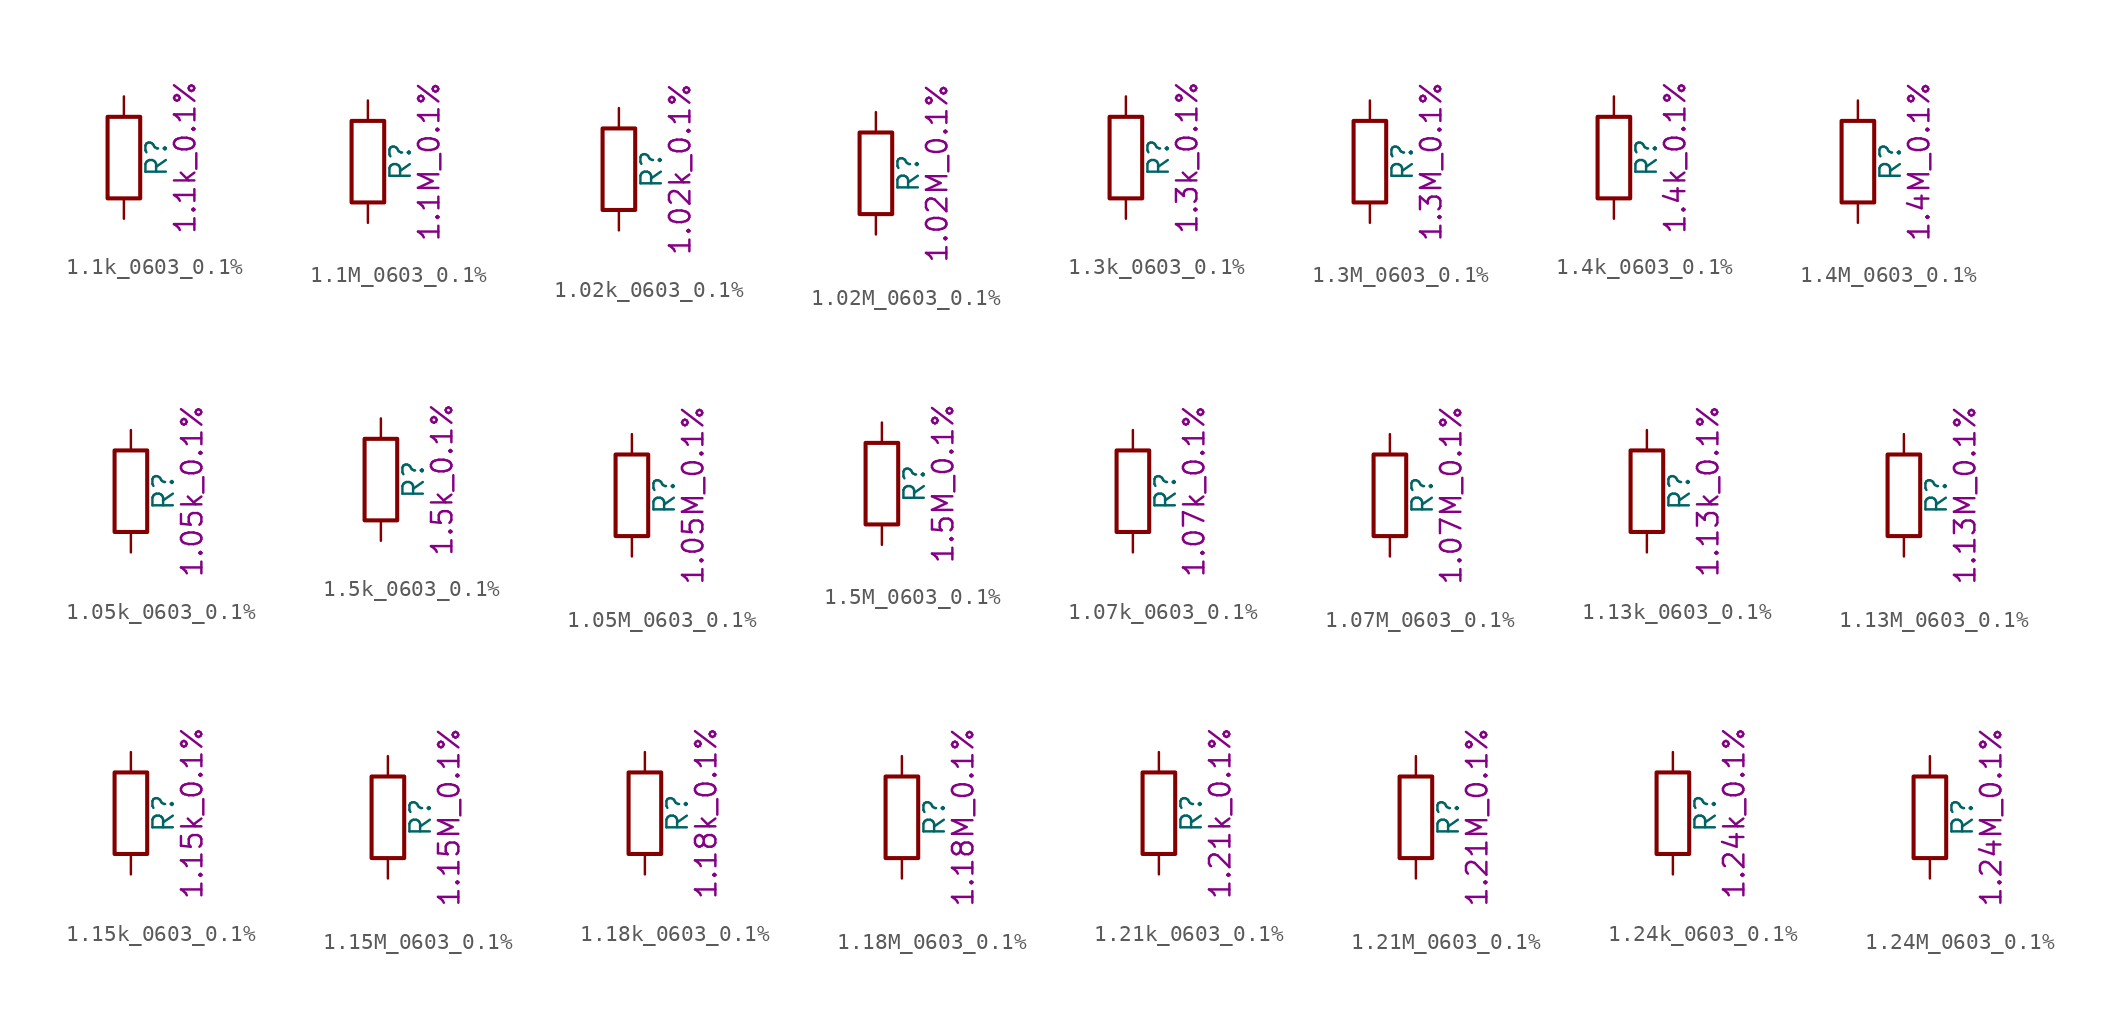
<source format=kicad_sym>
(kicad_symbol_lib
  (version 20211014)
  (generator kicad_symbol_editor)
  (symbol "1.1k_0603_0.1%"
    (pin_numbers hide)
    (pin_names
      (offset 0))
    (property "Reference" "R"
      (at 2.032 0 90)
      (effects (font (size 1.27 1.27))))
    (property "Display" "1.1k_0.1%"
      (at 3.81 0 90)
      (effects (font (size 1.27 1.27))))
    (symbol "1.1k_0603_0.1%_0_1"
      (rectangle (start -1.016 -2.54) (end 1.016 2.54) (stroke (width 0.254) (type default) (color 0 0 0 0)) (fill (type none))))
    (symbol "1.1k_0603_0.1%_1_1"
      (pin passive line (at 0 3.81 270) (length 1.27) (name "~" (effects (font (size 1.27 1.27)))) (number "1" (effects (font (size 1.27 1.27)))))
      (pin passive line (at 0 -3.81 90) (length 1.27) (name "~" (effects (font (size 1.27 1.27)))) (number "2" (effects (font (size 1.27 1.27)))))))
  (symbol "1.1M_0603_0.1%"
    (pin_numbers hide)
    (pin_names
      (offset 0))
    (property "Reference" "R"
      (at 2.032 0 90)
      (effects (font (size 1.27 1.27))))
    (property "Display" "1.1M_0.1%"
      (at 3.81 0 90)
      (effects (font (size 1.27 1.27))))
    (symbol "1.1M_0603_0.1%_0_1"
      (rectangle (start -1.016 -2.54) (end 1.016 2.54) (stroke (width 0.254) (type default) (color 0 0 0 0)) (fill (type none))))
    (symbol "1.1M_0603_0.1%_1_1"
      (pin passive line (at 0 3.81 270) (length 1.27) (name "~" (effects (font (size 1.27 1.27)))) (number "1" (effects (font (size 1.27 1.27)))))
      (pin passive line (at 0 -3.81 90) (length 1.27) (name "~" (effects (font (size 1.27 1.27)))) (number "2" (effects (font (size 1.27 1.27)))))))
  (symbol "1.02k_0603_0.1%"
    (pin_numbers hide)
    (pin_names
      (offset 0))
    (property "Reference" "R"
      (at 2.032 0 90)
      (effects (font (size 1.27 1.27))))
    (property "Display" "1.02k_0.1%"
      (at 3.81 0 90)
      (effects (font (size 1.27 1.27))))
    (symbol "1.02k_0603_0.1%_0_1"
      (rectangle (start -1.016 -2.54) (end 1.016 2.54) (stroke (width 0.254) (type default) (color 0 0 0 0)) (fill (type none))))
    (symbol "1.02k_0603_0.1%_1_1"
      (pin passive line (at 0 3.81 270) (length 1.27) (name "~" (effects (font (size 1.27 1.27)))) (number "1" (effects (font (size 1.27 1.27)))))
      (pin passive line (at 0 -3.81 90) (length 1.27) (name "~" (effects (font (size 1.27 1.27)))) (number "2" (effects (font (size 1.27 1.27)))))))
  (symbol "1.02M_0603_0.1%"
    (pin_numbers hide)
    (pin_names
      (offset 0))
    (property "Reference" "R"
      (at 2.032 0 90)
      (effects (font (size 1.27 1.27))))
    (property "Display" "1.02M_0.1%"
      (at 3.81 0 90)
      (effects (font (size 1.27 1.27))))
    (symbol "1.02M_0603_0.1%_0_1"
      (rectangle (start -1.016 -2.54) (end 1.016 2.54) (stroke (width 0.254) (type default) (color 0 0 0 0)) (fill (type none))))
    (symbol "1.02M_0603_0.1%_1_1"
      (pin passive line (at 0 3.81 270) (length 1.27) (name "~" (effects (font (size 1.27 1.27)))) (number "1" (effects (font (size 1.27 1.27)))))
      (pin passive line (at 0 -3.81 90) (length 1.27) (name "~" (effects (font (size 1.27 1.27)))) (number "2" (effects (font (size 1.27 1.27)))))))
  (symbol "1.3k_0603_0.1%"
    (pin_numbers hide)
    (pin_names
      (offset 0))
    (property "Reference" "R"
      (at 2.032 0 90)
      (effects (font (size 1.27 1.27))))
    (property "Display" "1.3k_0.1%"
      (at 3.81 0 90)
      (effects (font (size 1.27 1.27))))
    (symbol "1.3k_0603_0.1%_0_1"
      (rectangle (start -1.016 -2.54) (end 1.016 2.54) (stroke (width 0.254) (type default) (color 0 0 0 0)) (fill (type none))))
    (symbol "1.3k_0603_0.1%_1_1"
      (pin passive line (at 0 3.81 270) (length 1.27) (name "~" (effects (font (size 1.27 1.27)))) (number "1" (effects (font (size 1.27 1.27)))))
      (pin passive line (at 0 -3.81 90) (length 1.27) (name "~" (effects (font (size 1.27 1.27)))) (number "2" (effects (font (size 1.27 1.27)))))))
  (symbol "1.3M_0603_0.1%"
    (pin_numbers hide)
    (pin_names
      (offset 0))
    (property "Reference" "R"
      (at 2.032 0 90)
      (effects (font (size 1.27 1.27))))
    (property "Display" "1.3M_0.1%"
      (at 3.81 0 90)
      (effects (font (size 1.27 1.27))))
    (symbol "1.3M_0603_0.1%_0_1"
      (rectangle (start -1.016 -2.54) (end 1.016 2.54) (stroke (width 0.254) (type default) (color 0 0 0 0)) (fill (type none))))
    (symbol "1.3M_0603_0.1%_1_1"
      (pin passive line (at 0 3.81 270) (length 1.27) (name "~" (effects (font (size 1.27 1.27)))) (number "1" (effects (font (size 1.27 1.27)))))
      (pin passive line (at 0 -3.81 90) (length 1.27) (name "~" (effects (font (size 1.27 1.27)))) (number "2" (effects (font (size 1.27 1.27)))))))
  (symbol "1.4k_0603_0.1%"
    (pin_numbers hide)
    (pin_names
      (offset 0))
    (property "Reference" "R"
      (at 2.032 0 90)
      (effects (font (size 1.27 1.27))))
    (property "Display" "1.4k_0.1%"
      (at 3.81 0 90)
      (effects (font (size 1.27 1.27))))
    (symbol "1.4k_0603_0.1%_0_1"
      (rectangle (start -1.016 -2.54) (end 1.016 2.54) (stroke (width 0.254) (type default) (color 0 0 0 0)) (fill (type none))))
    (symbol "1.4k_0603_0.1%_1_1"
      (pin passive line (at 0 3.81 270) (length 1.27) (name "~" (effects (font (size 1.27 1.27)))) (number "1" (effects (font (size 1.27 1.27)))))
      (pin passive line (at 0 -3.81 90) (length 1.27) (name "~" (effects (font (size 1.27 1.27)))) (number "2" (effects (font (size 1.27 1.27)))))))
  (symbol "1.4M_0603_0.1%"
    (pin_numbers hide)
    (pin_names
      (offset 0))
    (property "Reference" "R"
      (at 2.032 0 90)
      (effects (font (size 1.27 1.27))))
    (property "Display" "1.4M_0.1%"
      (at 3.81 0 90)
      (effects (font (size 1.27 1.27))))
    (symbol "1.4M_0603_0.1%_0_1"
      (rectangle (start -1.016 -2.54) (end 1.016 2.54) (stroke (width 0.254) (type default) (color 0 0 0 0)) (fill (type none))))
    (symbol "1.4M_0603_0.1%_1_1"
      (pin passive line (at 0 3.81 270) (length 1.27) (name "~" (effects (font (size 1.27 1.27)))) (number "1" (effects (font (size 1.27 1.27)))))
      (pin passive line (at 0 -3.81 90) (length 1.27) (name "~" (effects (font (size 1.27 1.27)))) (number "2" (effects (font (size 1.27 1.27)))))))
  (symbol "1.05k_0603_0.1%"
    (pin_numbers hide)
    (pin_names
      (offset 0))
    (property "Reference" "R"
      (at 2.032 0 90)
      (effects (font (size 1.27 1.27))))
    (property "Display" "1.05k_0.1%"
      (at 3.81 0 90)
      (effects (font (size 1.27 1.27))))
    (symbol "1.05k_0603_0.1%_0_1"
      (rectangle (start -1.016 -2.54) (end 1.016 2.54) (stroke (width 0.254) (type default) (color 0 0 0 0)) (fill (type none))))
    (symbol "1.05k_0603_0.1%_1_1"
      (pin passive line (at 0 3.81 270) (length 1.27) (name "~" (effects (font (size 1.27 1.27)))) (number "1" (effects (font (size 1.27 1.27)))))
      (pin passive line (at 0 -3.81 90) (length 1.27) (name "~" (effects (font (size 1.27 1.27)))) (number "2" (effects (font (size 1.27 1.27)))))))
  (symbol "1.5k_0603_0.1%"
    (pin_numbers hide)
    (pin_names
      (offset 0))
    (property "Reference" "R"
      (at 2.032 0 90)
      (effects (font (size 1.27 1.27))))
    (property "Display" "1.5k_0.1%"
      (at 3.81 0 90)
      (effects (font (size 1.27 1.27))))
    (symbol "1.5k_0603_0.1%_0_1"
      (rectangle (start -1.016 -2.54) (end 1.016 2.54) (stroke (width 0.254) (type default) (color 0 0 0 0)) (fill (type none))))
    (symbol "1.5k_0603_0.1%_1_1"
      (pin passive line (at 0 3.81 270) (length 1.27) (name "~" (effects (font (size 1.27 1.27)))) (number "1" (effects (font (size 1.27 1.27)))))
      (pin passive line (at 0 -3.81 90) (length 1.27) (name "~" (effects (font (size 1.27 1.27)))) (number "2" (effects (font (size 1.27 1.27)))))))
  (symbol "1.05M_0603_0.1%"
    (pin_numbers hide)
    (pin_names
      (offset 0))
    (property "Reference" "R"
      (at 2.032 0 90)
      (effects (font (size 1.27 1.27))))
    (property "Display" "1.05M_0.1%"
      (at 3.81 0 90)
      (effects (font (size 1.27 1.27))))
    (symbol "1.05M_0603_0.1%_0_1"
      (rectangle (start -1.016 -2.54) (end 1.016 2.54) (stroke (width 0.254) (type default) (color 0 0 0 0)) (fill (type none))))
    (symbol "1.05M_0603_0.1%_1_1"
      (pin passive line (at 0 3.81 270) (length 1.27) (name "~" (effects (font (size 1.27 1.27)))) (number "1" (effects (font (size 1.27 1.27)))))
      (pin passive line (at 0 -3.81 90) (length 1.27) (name "~" (effects (font (size 1.27 1.27)))) (number "2" (effects (font (size 1.27 1.27)))))))
  (symbol "1.5M_0603_0.1%"
    (pin_numbers hide)
    (pin_names
      (offset 0))
    (property "Reference" "R"
      (at 2.032 0 90)
      (effects (font (size 1.27 1.27))))
    (property "Display" "1.5M_0.1%"
      (at 3.81 0 90)
      (effects (font (size 1.27 1.27))))
    (symbol "1.5M_0603_0.1%_0_1"
      (rectangle (start -1.016 -2.54) (end 1.016 2.54) (stroke (width 0.254) (type default) (color 0 0 0 0)) (fill (type none))))
    (symbol "1.5M_0603_0.1%_1_1"
      (pin passive line (at 0 3.81 270) (length 1.27) (name "~" (effects (font (size 1.27 1.27)))) (number "1" (effects (font (size 1.27 1.27)))))
      (pin passive line (at 0 -3.81 90) (length 1.27) (name "~" (effects (font (size 1.27 1.27)))) (number "2" (effects (font (size 1.27 1.27)))))))
  (symbol "1.07k_0603_0.1%"
    (pin_numbers hide)
    (pin_names
      (offset 0))
    (property "Reference" "R"
      (at 2.032 0 90)
      (effects (font (size 1.27 1.27))))
    (property "Display" "1.07k_0.1%"
      (at 3.81 0 90)
      (effects (font (size 1.27 1.27))))
    (symbol "1.07k_0603_0.1%_0_1"
      (rectangle (start -1.016 -2.54) (end 1.016 2.54) (stroke (width 0.254) (type default) (color 0 0 0 0)) (fill (type none))))
    (symbol "1.07k_0603_0.1%_1_1"
      (pin passive line (at 0 3.81 270) (length 1.27) (name "~" (effects (font (size 1.27 1.27)))) (number "1" (effects (font (size 1.27 1.27)))))
      (pin passive line (at 0 -3.81 90) (length 1.27) (name "~" (effects (font (size 1.27 1.27)))) (number "2" (effects (font (size 1.27 1.27)))))))
  (symbol "1.07M_0603_0.1%"
    (pin_numbers hide)
    (pin_names
      (offset 0))
    (property "Reference" "R"
      (at 2.032 0 90)
      (effects (font (size 1.27 1.27))))
    (property "Display" "1.07M_0.1%"
      (at 3.81 0 90)
      (effects (font (size 1.27 1.27))))
    (symbol "1.07M_0603_0.1%_0_1"
      (rectangle (start -1.016 -2.54) (end 1.016 2.54) (stroke (width 0.254) (type default) (color 0 0 0 0)) (fill (type none))))
    (symbol "1.07M_0603_0.1%_1_1"
      (pin passive line (at 0 3.81 270) (length 1.27) (name "~" (effects (font (size 1.27 1.27)))) (number "1" (effects (font (size 1.27 1.27)))))
      (pin passive line (at 0 -3.81 90) (length 1.27) (name "~" (effects (font (size 1.27 1.27)))) (number "2" (effects (font (size 1.27 1.27)))))))
  (symbol "1.13k_0603_0.1%"
    (pin_numbers hide)
    (pin_names
      (offset 0))
    (property "Reference" "R"
      (at 2.032 0 90)
      (effects (font (size 1.27 1.27))))
    (property "Display" "1.13k_0.1%"
      (at 3.81 0 90)
      (effects (font (size 1.27 1.27))))
    (symbol "1.13k_0603_0.1%_0_1"
      (rectangle (start -1.016 -2.54) (end 1.016 2.54) (stroke (width 0.254) (type default) (color 0 0 0 0)) (fill (type none))))
    (symbol "1.13k_0603_0.1%_1_1"
      (pin passive line (at 0 3.81 270) (length 1.27) (name "~" (effects (font (size 1.27 1.27)))) (number "1" (effects (font (size 1.27 1.27)))))
      (pin passive line (at 0 -3.81 90) (length 1.27) (name "~" (effects (font (size 1.27 1.27)))) (number "2" (effects (font (size 1.27 1.27)))))))
  (symbol "1.13M_0603_0.1%"
    (pin_numbers hide)
    (pin_names
      (offset 0))
    (property "Reference" "R"
      (at 2.032 0 90)
      (effects (font (size 1.27 1.27))))
    (property "Display" "1.13M_0.1%"
      (at 3.81 0 90)
      (effects (font (size 1.27 1.27))))
    (symbol "1.13M_0603_0.1%_0_1"
      (rectangle (start -1.016 -2.54) (end 1.016 2.54) (stroke (width 0.254) (type default) (color 0 0 0 0)) (fill (type none))))
    (symbol "1.13M_0603_0.1%_1_1"
      (pin passive line (at 0 3.81 270) (length 1.27) (name "~" (effects (font (size 1.27 1.27)))) (number "1" (effects (font (size 1.27 1.27)))))
      (pin passive line (at 0 -3.81 90) (length 1.27) (name "~" (effects (font (size 1.27 1.27)))) (number "2" (effects (font (size 1.27 1.27)))))))
  (symbol "1.15k_0603_0.1%"
    (pin_numbers hide)
    (pin_names
      (offset 0))
    (property "Reference" "R"
      (at 2.032 0 90)
      (effects (font (size 1.27 1.27))))
    (property "Display" "1.15k_0.1%"
      (at 3.81 0 90)
      (effects (font (size 1.27 1.27))))
    (symbol "1.15k_0603_0.1%_0_1"
      (rectangle (start -1.016 -2.54) (end 1.016 2.54) (stroke (width 0.254) (type default) (color 0 0 0 0)) (fill (type none))))
    (symbol "1.15k_0603_0.1%_1_1"
      (pin passive line (at 0 3.81 270) (length 1.27) (name "~" (effects (font (size 1.27 1.27)))) (number "1" (effects (font (size 1.27 1.27)))))
      (pin passive line (at 0 -3.81 90) (length 1.27) (name "~" (effects (font (size 1.27 1.27)))) (number "2" (effects (font (size 1.27 1.27)))))))
  (symbol "1.15M_0603_0.1%"
    (pin_numbers hide)
    (pin_names
      (offset 0))
    (property "Reference" "R"
      (at 2.032 0 90)
      (effects (font (size 1.27 1.27))))
    (property "Display" "1.15M_0.1%"
      (at 3.81 0 90)
      (effects (font (size 1.27 1.27))))
    (symbol "1.15M_0603_0.1%_0_1"
      (rectangle (start -1.016 -2.54) (end 1.016 2.54) (stroke (width 0.254) (type default) (color 0 0 0 0)) (fill (type none))))
    (symbol "1.15M_0603_0.1%_1_1"
      (pin passive line (at 0 3.81 270) (length 1.27) (name "~" (effects (font (size 1.27 1.27)))) (number "1" (effects (font (size 1.27 1.27)))))
      (pin passive line (at 0 -3.81 90) (length 1.27) (name "~" (effects (font (size 1.27 1.27)))) (number "2" (effects (font (size 1.27 1.27)))))))
  (symbol "1.18k_0603_0.1%"
    (pin_numbers hide)
    (pin_names
      (offset 0))
    (property "Reference" "R"
      (at 2.032 0 90)
      (effects (font (size 1.27 1.27))))
    (property "Display" "1.18k_0.1%"
      (at 3.81 0 90)
      (effects (font (size 1.27 1.27))))
    (symbol "1.18k_0603_0.1%_0_1"
      (rectangle (start -1.016 -2.54) (end 1.016 2.54) (stroke (width 0.254) (type default) (color 0 0 0 0)) (fill (type none))))
    (symbol "1.18k_0603_0.1%_1_1"
      (pin passive line (at 0 3.81 270) (length 1.27) (name "~" (effects (font (size 1.27 1.27)))) (number "1" (effects (font (size 1.27 1.27)))))
      (pin passive line (at 0 -3.81 90) (length 1.27) (name "~" (effects (font (size 1.27 1.27)))) (number "2" (effects (font (size 1.27 1.27)))))))
  (symbol "1.18M_0603_0.1%"
    (pin_numbers hide)
    (pin_names
      (offset 0))
    (property "Reference" "R"
      (at 2.032 0 90)
      (effects (font (size 1.27 1.27))))
    (property "Display" "1.18M_0.1%"
      (at 3.81 0 90)
      (effects (font (size 1.27 1.27))))
    (symbol "1.18M_0603_0.1%_0_1"
      (rectangle (start -1.016 -2.54) (end 1.016 2.54) (stroke (width 0.254) (type default) (color 0 0 0 0)) (fill (type none))))
    (symbol "1.18M_0603_0.1%_1_1"
      (pin passive line (at 0 3.81 270) (length 1.27) (name "~" (effects (font (size 1.27 1.27)))) (number "1" (effects (font (size 1.27 1.27)))))
      (pin passive line (at 0 -3.81 90) (length 1.27) (name "~" (effects (font (size 1.27 1.27)))) (number "2" (effects (font (size 1.27 1.27)))))))
  (symbol "1.21k_0603_0.1%"
    (pin_numbers hide)
    (pin_names
      (offset 0))
    (property "Reference" "R"
      (at 2.032 0 90)
      (effects (font (size 1.27 1.27))))
    (property "Display" "1.21k_0.1%"
      (at 3.81 0 90)
      (effects (font (size 1.27 1.27))))
    (symbol "1.21k_0603_0.1%_0_1"
      (rectangle (start -1.016 -2.54) (end 1.016 2.54) (stroke (width 0.254) (type default) (color 0 0 0 0)) (fill (type none))))
    (symbol "1.21k_0603_0.1%_1_1"
      (pin passive line (at 0 3.81 270) (length 1.27) (name "~" (effects (font (size 1.27 1.27)))) (number "1" (effects (font (size 1.27 1.27)))))
      (pin passive line (at 0 -3.81 90) (length 1.27) (name "~" (effects (font (size 1.27 1.27)))) (number "2" (effects (font (size 1.27 1.27)))))))
  (symbol "1.21M_0603_0.1%"
    (pin_numbers hide)
    (pin_names
      (offset 0))
    (property "Reference" "R"
      (at 2.032 0 90)
      (effects (font (size 1.27 1.27))))
    (property "Display" "1.21M_0.1%"
      (at 3.81 0 90)
      (effects (font (size 1.27 1.27))))
    (symbol "1.21M_0603_0.1%_0_1"
      (rectangle (start -1.016 -2.54) (end 1.016 2.54) (stroke (width 0.254) (type default) (color 0 0 0 0)) (fill (type none))))
    (symbol "1.21M_0603_0.1%_1_1"
      (pin passive line (at 0 3.81 270) (length 1.27) (name "~" (effects (font (size 1.27 1.27)))) (number "1" (effects (font (size 1.27 1.27)))))
      (pin passive line (at 0 -3.81 90) (length 1.27) (name "~" (effects (font (size 1.27 1.27)))) (number "2" (effects (font (size 1.27 1.27)))))))
  (symbol "1.24k_0603_0.1%"
    (pin_numbers hide)
    (pin_names
      (offset 0))
    (property "Reference" "R"
      (at 2.032 0 90)
      (effects (font (size 1.27 1.27))))
    (property "Display" "1.24k_0.1%"
      (at 3.81 0 90)
      (effects (font (size 1.27 1.27))))
    (symbol "1.24k_0603_0.1%_0_1"
      (rectangle (start -1.016 -2.54) (end 1.016 2.54) (stroke (width 0.254) (type default) (color 0 0 0 0)) (fill (type none))))
    (symbol "1.24k_0603_0.1%_1_1"
      (pin passive line (at 0 3.81 270) (length 1.27) (name "~" (effects (font (size 1.27 1.27)))) (number "1" (effects (font (size 1.27 1.27)))))
      (pin passive line (at 0 -3.81 90) (length 1.27) (name "~" (effects (font (size 1.27 1.27)))) (number "2" (effects (font (size 1.27 1.27)))))))
  (symbol "1.24M_0603_0.1%"
    (pin_numbers hide)
    (pin_names
      (offset 0))
    (property "Reference" "R"
      (at 2.032 0 90)
      (effects (font (size 1.27 1.27))))
    (property "Display" "1.24M_0.1%"
      (at 3.81 0 90)
      (effects (font (size 1.27 1.27))))
    (symbol "1.24M_0603_0.1%_0_1"
      (rectangle (start -1.016 -2.54) (end 1.016 2.54) (stroke (width 0.254) (type default) (color 0 0 0 0)) (fill (type none))))
    (symbol "1.24M_0603_0.1%_1_1"
      (pin passive line (at 0 3.81 270) (length 1.27) (name "~" (effects (font (size 1.27 1.27)))) (number "1" (effects (font (size 1.27 1.27)))))
      (pin passive line (at 0 -3.81 90) (length 1.27) (name "~" (effects (font (size 1.27 1.27)))) (number "2" (effects (font (size 1.27 1.27))))))))
</source>
